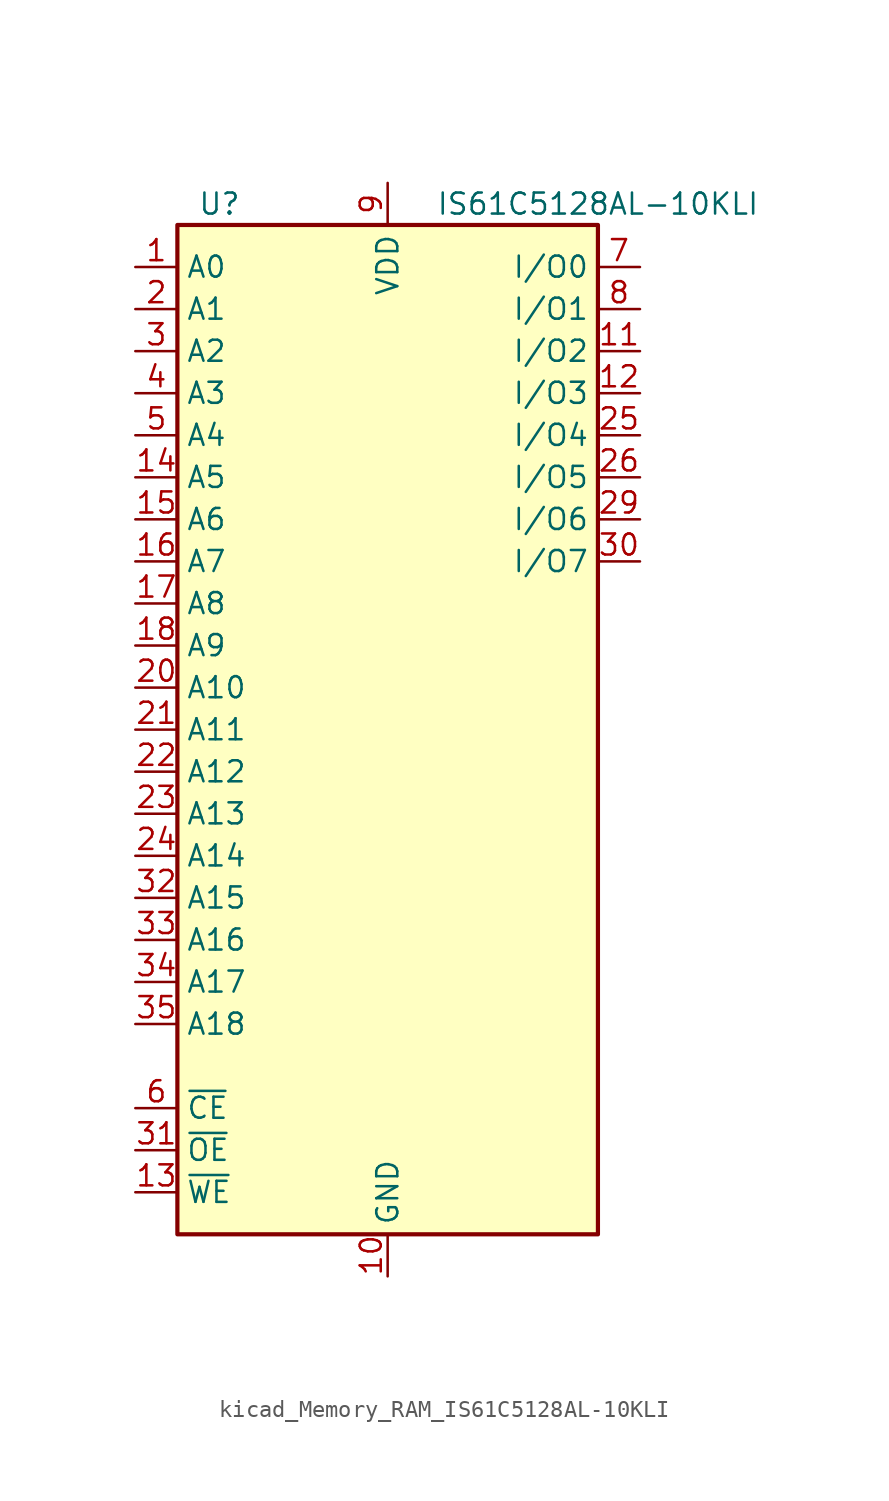
<source format=kicad_sym>
(kicad_symbol_lib
  (version 20220914)
  (generator kicad_symbol_editor)
  (symbol "kicad_Memory_RAM_IS61C5128AL-10KLI"
    (property "Reference" "U"
      (at -10.16 31.75 0)
      (effects (font (size 1.27 1.27))))
    (property "Value" "IS61C5128AL-10KLI"
      (at 12.7 31.75 0)
      (effects (font (size 1.27 1.27))))
    (symbol "kicad_Memory_RAM_IS61C5128AL-10KLI_0_1"
      (rectangle (start -12.7 30.48) (end 12.7 -30.48) (stroke (width 0.254) (type default)) (fill (type background))))
    (symbol "kicad_Memory_RAM_IS61C5128AL-10KLI_1_1"
      (pin input line (at -15.24 27.94 0) (length 2.54) (name "A0" (effects (font (size 1.27 1.27)))) (number "1" (effects (font (size 1.27 1.27)))))
      (pin power_in line (at 0 -33.02 90) (length 2.54) (name "GND" (effects (font (size 1.27 1.27)))) (number "10" (effects (font (size 1.27 1.27)))))
      (pin bidirectional line (at 15.24 22.86 180) (length 2.54) (name "I/O2" (effects (font (size 1.27 1.27)))) (number "11" (effects (font (size 1.27 1.27)))))
      (pin bidirectional line (at 15.24 20.32 180) (length 2.54) (name "I/O3" (effects (font (size 1.27 1.27)))) (number "12" (effects (font (size 1.27 1.27)))))
      (pin input line (at -15.24 -27.94 0) (length 2.54) (name "~{WE}" (effects (font (size 1.27 1.27)))) (number "13" (effects (font (size 1.27 1.27)))))
      (pin input line (at -15.24 15.24 0) (length 2.54) (name "A5" (effects (font (size 1.27 1.27)))) (number "14" (effects (font (size 1.27 1.27)))))
      (pin input line (at -15.24 12.7 0) (length 2.54) (name "A6" (effects (font (size 1.27 1.27)))) (number "15" (effects (font (size 1.27 1.27)))))
      (pin input line (at -15.24 10.16 0) (length 2.54) (name "A7" (effects (font (size 1.27 1.27)))) (number "16" (effects (font (size 1.27 1.27)))))
      (pin input line (at -15.24 7.62 0) (length 2.54) (name "A8" (effects (font (size 1.27 1.27)))) (number "17" (effects (font (size 1.27 1.27)))))
      (pin input line (at -15.24 5.08 0) (length 2.54) (name "A9" (effects (font (size 1.27 1.27)))) (number "18" (effects (font (size 1.27 1.27)))))
      (pin no_connect line (at 12.7 -27.94 180) (length 2.54) hide (name "NC" (effects (font (size 1.27 1.27)))) (number "19" (effects (font (size 1.27 1.27)))))
      (pin input line (at -15.24 25.4 0) (length 2.54) (name "A1" (effects (font (size 1.27 1.27)))) (number "2" (effects (font (size 1.27 1.27)))))
      (pin input line (at -15.24 2.54 0) (length 2.54) (name "A10" (effects (font (size 1.27 1.27)))) (number "20" (effects (font (size 1.27 1.27)))))
      (pin input line (at -15.24 0 0) (length 2.54) (name "A11" (effects (font (size 1.27 1.27)))) (number "21" (effects (font (size 1.27 1.27)))))
      (pin input line (at -15.24 -2.54 0) (length 2.54) (name "A12" (effects (font (size 1.27 1.27)))) (number "22" (effects (font (size 1.27 1.27)))))
      (pin input line (at -15.24 -5.08 0) (length 2.54) (name "A13" (effects (font (size 1.27 1.27)))) (number "23" (effects (font (size 1.27 1.27)))))
      (pin input line (at -15.24 -7.62 0) (length 2.54) (name "A14" (effects (font (size 1.27 1.27)))) (number "24" (effects (font (size 1.27 1.27)))))
      (pin bidirectional line (at 15.24 17.78 180) (length 2.54) (name "I/O4" (effects (font (size 1.27 1.27)))) (number "25" (effects (font (size 1.27 1.27)))))
      (pin bidirectional line (at 15.24 15.24 180) (length 2.54) (name "I/O5" (effects (font (size 1.27 1.27)))) (number "26" (effects (font (size 1.27 1.27)))))
      (pin passive line (at 0 33.02 270) (length 2.54) hide (name "VDD" (effects (font (size 1.27 1.27)))) (number "27" (effects (font (size 1.27 1.27)))))
      (pin passive line (at 0 -33.02 90) (length 2.54) hide (name "GND" (effects (font (size 1.27 1.27)))) (number "28" (effects (font (size 1.27 1.27)))))
      (pin bidirectional line (at 15.24 12.7 180) (length 2.54) (name "I/O6" (effects (font (size 1.27 1.27)))) (number "29" (effects (font (size 1.27 1.27)))))
      (pin input line (at -15.24 22.86 0) (length 2.54) (name "A2" (effects (font (size 1.27 1.27)))) (number "3" (effects (font (size 1.27 1.27)))))
      (pin bidirectional line (at 15.24 10.16 180) (length 2.54) (name "I/O7" (effects (font (size 1.27 1.27)))) (number "30" (effects (font (size 1.27 1.27)))))
      (pin input line (at -15.24 -25.4 0) (length 2.54) (name "~{OE}" (effects (font (size 1.27 1.27)))) (number "31" (effects (font (size 1.27 1.27)))))
      (pin input line (at -15.24 -10.16 0) (length 2.54) (name "A15" (effects (font (size 1.27 1.27)))) (number "32" (effects (font (size 1.27 1.27)))))
      (pin input line (at -15.24 -12.7 0) (length 2.54) (name "A16" (effects (font (size 1.27 1.27)))) (number "33" (effects (font (size 1.27 1.27)))))
      (pin input line (at -15.24 -15.24 0) (length 2.54) (name "A17" (effects (font (size 1.27 1.27)))) (number "34" (effects (font (size 1.27 1.27)))))
      (pin input line (at -15.24 -17.78 0) (length 2.54) (name "A18" (effects (font (size 1.27 1.27)))) (number "35" (effects (font (size 1.27 1.27)))))
      (pin no_connect line (at 12.7 -25.4 180) (length 2.54) hide (name "NC" (effects (font (size 1.27 1.27)))) (number "36" (effects (font (size 1.27 1.27)))))
      (pin input line (at -15.24 20.32 0) (length 2.54) (name "A3" (effects (font (size 1.27 1.27)))) (number "4" (effects (font (size 1.27 1.27)))))
      (pin input line (at -15.24 17.78 0) (length 2.54) (name "A4" (effects (font (size 1.27 1.27)))) (number "5" (effects (font (size 1.27 1.27)))))
      (pin input line (at -15.24 -22.86 0) (length 2.54) (name "~{CE}" (effects (font (size 1.27 1.27)))) (number "6" (effects (font (size 1.27 1.27)))))
      (pin bidirectional line (at 15.24 27.94 180) (length 2.54) (name "I/O0" (effects (font (size 1.27 1.27)))) (number "7" (effects (font (size 1.27 1.27)))))
      (pin bidirectional line (at 15.24 25.4 180) (length 2.54) (name "I/O1" (effects (font (size 1.27 1.27)))) (number "8" (effects (font (size 1.27 1.27)))))
      (pin power_in line (at 0 33.02 270) (length 2.54) (name "VDD" (effects (font (size 1.27 1.27)))) (number "9" (effects (font (size 1.27 1.27))))))))
</source>
